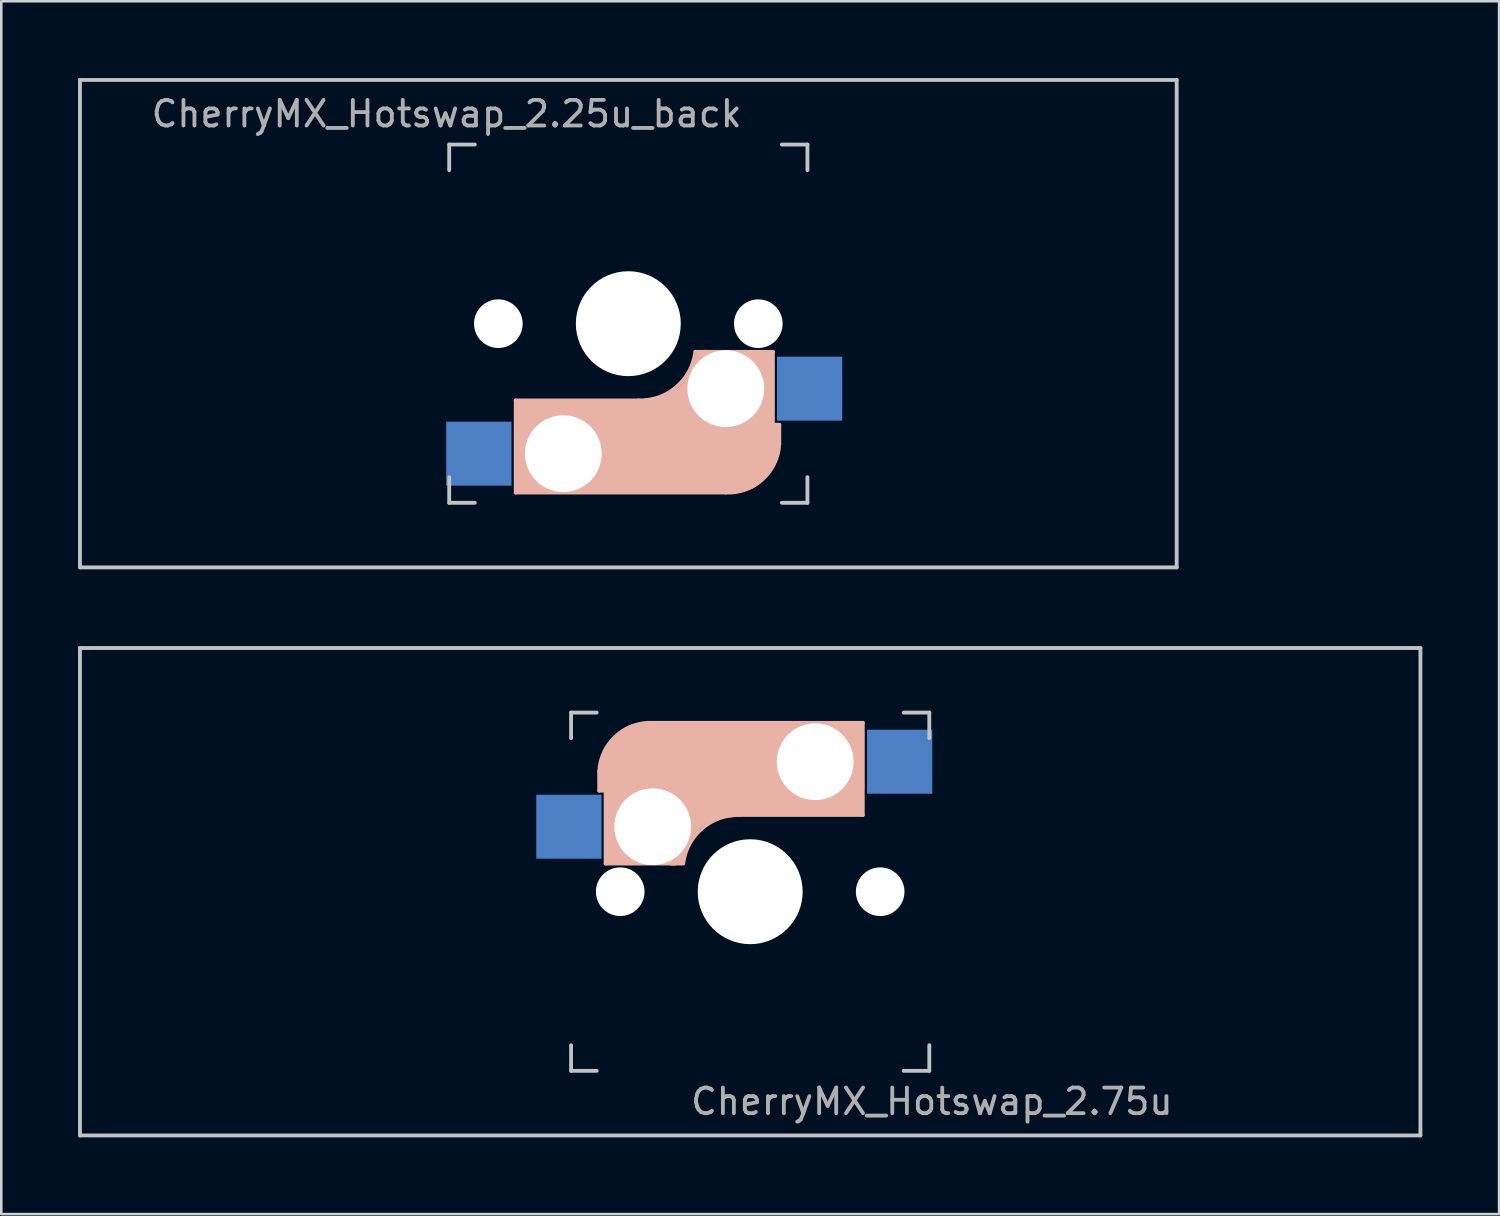
<source format=kicad_pcb>
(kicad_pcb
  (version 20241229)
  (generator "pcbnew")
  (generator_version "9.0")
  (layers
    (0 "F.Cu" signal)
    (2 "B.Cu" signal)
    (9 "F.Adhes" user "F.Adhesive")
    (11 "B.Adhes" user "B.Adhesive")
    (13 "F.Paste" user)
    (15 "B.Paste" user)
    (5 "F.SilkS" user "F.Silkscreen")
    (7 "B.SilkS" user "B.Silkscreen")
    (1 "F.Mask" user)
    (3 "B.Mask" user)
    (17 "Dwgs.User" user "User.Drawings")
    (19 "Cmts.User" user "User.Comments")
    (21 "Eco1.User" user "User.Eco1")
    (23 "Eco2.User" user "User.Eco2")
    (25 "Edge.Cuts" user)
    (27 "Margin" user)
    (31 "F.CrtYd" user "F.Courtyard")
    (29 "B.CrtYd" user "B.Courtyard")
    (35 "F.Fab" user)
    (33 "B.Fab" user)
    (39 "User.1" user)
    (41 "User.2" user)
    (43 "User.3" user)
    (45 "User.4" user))
  (footprint "CherryMX_Hotswap_2.25u_back"
    (layer "F.Cu")
    (at 21.506 9.6)
    (property "Reference" "CherryMX_Hotswap_2.25u_back" (at -7.1 -8.2 180) (layer "F.Fab") (effects (font (size 1 1) (thickness 0.15))))
    (attr through_hole)
    (fp_line (start -4.4 3) (end -4.4 6.6) (stroke (width 0.15) (type solid)) (layer "B.SilkS"))
    (fp_line (start -4.4 6.6) (end 3.8 6.6) (stroke (width 0.15) (type solid)) (layer "B.SilkS"))
    (fp_line (start -4.38 4) (end -4.38 6.25) (stroke (width 0.15) (type solid)) (layer "B.SilkS"))
    (fp_line (start -4.25 6.4) (end -3 6.4) (stroke (width 0.4) (type solid)) (layer "B.SilkS"))
    (fp_line (start -4.2 3.25) (end -2.9 3.3) (stroke (width 0.5) (type solid)) (layer "B.SilkS"))
    (fp_line (start -3.9 6) (end -3.9 3.5) (stroke (width 1) (type solid)) (layer "B.SilkS"))
    (fp_line (start -2.6 4.8) (end 4.1 4.8) (stroke (width 3.5) (type solid)) (layer "B.SilkS"))
    (fp_line (start 0.4 3) (end -4.4 3) (stroke (width 0.15) (type solid)) (layer "B.SilkS"))
    (fp_line (start 4.17 5.1) (end 4.17 2.86) (stroke (width 3) (type solid)) (layer "B.SilkS"))
    (fp_line (start 5.3 1.6) (end 5.3 3.4) (stroke (width 0.8) (type solid)) (layer "B.SilkS"))
    (fp_line (start 5.45 1.3) (end 3 1.3) (stroke (width 0.5) (type solid)) (layer "B.SilkS"))
    (fp_line (start 5.65 1.1) (end 2.62 1.1) (stroke (width 0.15) (type solid)) (layer "B.SilkS"))
    (fp_line (start 5.65 5.55) (end 5.65 1.1) (stroke (width 0.15) (type solid)) (layer "B.SilkS"))
    (fp_line (start 5.8 4.05) (end 5.8 4.7) (stroke (width 0.3) (type solid)) (layer "B.SilkS"))
    (fp_line (start 5.9 3.95) (end 5.7 3.95) (stroke (width 0.15) (type solid)) (layer "B.SilkS"))
    (fp_line (start 5.9 4.7) (end 5.9 3.95) (stroke (width 0.15) (type solid)) (layer "B.SilkS"))
    (fp_arc (start 2.616318 1.121471) (mid 1.868709 2.486118) (end 0.4 3) (stroke (width 0.15) (type solid)) (layer "B.SilkS"))
    (fp_arc (start 3.016318 1.521471) (mid 2.268709 2.886118) (end 0.8 3.4) (stroke (width 1) (type solid)) (layer "B.SilkS"))
    (fp_arc (start 5.9 4.699999) (mid 5.243504 6.084924) (end 3.800001 6.6) (stroke (width 0.15) (type solid)) (layer "B.SilkS"))
    (fp_line (start -21.431 -9.525) (end 21.431 -9.525) (stroke (width 0.15) (type solid)) (layer "Dwgs.User"))
    (fp_line (start -21.431 9.525) (end -21.431 -9.525) (stroke (width 0.15) (type solid)) (layer "Dwgs.User"))
    (fp_line (start -7 -7) (end -7 -6) (stroke (width 0.15) (type solid)) (layer "Dwgs.User"))
    (fp_line (start -7 7) (end -7 6) (stroke (width 0.15) (type solid)) (layer "Dwgs.User"))
    (fp_line (start -7 7) (end -6 7) (stroke (width 0.15) (type solid)) (layer "Dwgs.User"))
    (fp_line (start -6 -7) (end -7 -7) (stroke (width 0.15) (type solid)) (layer "Dwgs.User"))
    (fp_line (start 7 -7) (end 6 -7) (stroke (width 0.15) (type solid)) (layer "Dwgs.User"))
    (fp_line (start 7 -6) (end 7 -7) (stroke (width 0.15) (type solid)) (layer "Dwgs.User"))
    (fp_line (start 7 6) (end 7 7) (stroke (width 0.15) (type solid)) (layer "Dwgs.User"))
    (fp_line (start 7 7) (end 6 7) (stroke (width 0.15) (type solid)) (layer "Dwgs.User"))
    (fp_line (start 21.431 -9.525) (end 21.431 9.525) (stroke (width 0.15) (type solid)) (layer "Dwgs.User"))
    (fp_line (start 21.431 9.525) (end -21.431 9.525) (stroke (width 0.15) (type solid)) (layer "Dwgs.User"))
    (pad "" np_thru_hole circle (at -5.08 0 180) (size 1.9 1.9) (drill 1.9) (layers "*.Cu" "*.Mask"))
    (pad "" np_thru_hole circle (at -2.54 5.08 180) (size 3 3) (drill 3) (layers "*.Cu" "*.Mask"))
    (pad "" np_thru_hole circle (at 0 0 270) (size 4.1 4.1) (drill 4.1) (layers "*.Cu" "*.Mask"))
    (pad "" np_thru_hole circle (at 3.81 2.54 180) (size 3 3) (drill 3) (layers "*.Cu" "*.Mask"))
    (pad "" np_thru_hole circle (at 5.08 0 180) (size 1.9 1.9) (drill 1.9) (layers "*.Cu" "*.Mask"))
    (pad "1" smd rect (at 7.085 2.54) (size 2.55 2.5) (layers "B.Cu" "B.Mask" "B.Paste"))
    (pad "2" smd rect (at -5.842 5.08) (size 2.55 2.5) (layers "B.Cu" "B.Mask" "B.Paste")))
  (footprint "CherryMX_Hotswap_2.75u"
    (layer "F.Cu")
    (at 26.269 31.8)
    (property "Reference" "CherryMX_Hotswap_2.75u" (at 7.1 8.2 0) (layer "F.Fab") (effects (font (size 1 1) (thickness 0.15))))
    (attr through_hole)
    (fp_line (start -5.9 -4.7) (end -5.9 -3.95) (stroke (width 0.15) (type solid)) (layer "B.SilkS"))
    (fp_line (start -5.9 -3.95) (end -5.7 -3.95) (stroke (width 0.15) (type solid)) (layer "B.SilkS"))
    (fp_line (start -5.8 -4.05) (end -5.8 -4.7) (stroke (width 0.3) (type solid)) (layer "B.SilkS"))
    (fp_line (start -5.65 -5.55) (end -5.65 -1.1) (stroke (width 0.15) (type solid)) (layer "B.SilkS"))
    (fp_line (start -5.65 -1.1) (end -2.62 -1.1) (stroke (width 0.15) (type solid)) (layer "B.SilkS"))
    (fp_line (start -5.45 -1.3) (end -3 -1.3) (stroke (width 0.5) (type solid)) (layer "B.SilkS"))
    (fp_line (start -5.3 -1.6) (end -5.3 -3.4) (stroke (width 0.8) (type solid)) (layer "B.SilkS"))
    (fp_line (start -4.17 -5.1) (end -4.17 -2.86) (stroke (width 3) (type solid)) (layer "B.SilkS"))
    (fp_line (start -0.4 -3) (end 4.4 -3) (stroke (width 0.15) (type solid)) (layer "B.SilkS"))
    (fp_line (start 2.6 -4.8) (end -4.1 -4.8) (stroke (width 3.5) (type solid)) (layer "B.SilkS"))
    (fp_line (start 3.9 -6) (end 3.9 -3.5) (stroke (width 1) (type solid)) (layer "B.SilkS"))
    (fp_line (start 4.2 -3.25) (end 2.9 -3.3) (stroke (width 0.5) (type solid)) (layer "B.SilkS"))
    (fp_line (start 4.25 -6.4) (end 3 -6.4) (stroke (width 0.4) (type solid)) (layer "B.SilkS"))
    (fp_line (start 4.38 -4) (end 4.38 -6.25) (stroke (width 0.15) (type solid)) (layer "B.SilkS"))
    (fp_line (start 4.4 -6.6) (end -3.8 -6.6) (stroke (width 0.15) (type solid)) (layer "B.SilkS"))
    (fp_line (start 4.4 -3) (end 4.4 -6.6) (stroke (width 0.15) (type solid)) (layer "B.SilkS"))
    (fp_arc (start -5.9 -4.699999) (mid -5.243504 -6.084924) (end -3.800001 -6.6) (stroke (width 0.15) (type solid)) (layer "B.SilkS"))
    (fp_arc (start -3.016318 -1.521471) (mid -2.268709 -2.886118) (end -0.8 -3.4) (stroke (width 1) (type solid)) (layer "B.SilkS"))
    (fp_arc (start -2.616318 -1.121471) (mid -1.868709 -2.486118) (end -0.4 -3) (stroke (width 0.15) (type solid)) (layer "B.SilkS"))
    (fp_line (start -26.194 -9.525) (end 26.194 -9.525) (stroke (width 0.15) (type solid)) (layer "Dwgs.User"))
    (fp_line (start -26.194 9.525) (end -26.194 -9.525) (stroke (width 0.15) (type solid)) (layer "Dwgs.User"))
    (fp_line (start -7 -7) (end -6 -7) (stroke (width 0.15) (type solid)) (layer "Dwgs.User"))
    (fp_line (start -7 -6) (end -7 -7) (stroke (width 0.15) (type solid)) (layer "Dwgs.User"))
    (fp_line (start -7 6) (end -7 7) (stroke (width 0.15) (type solid)) (layer "Dwgs.User"))
    (fp_line (start -7 7) (end -6 7) (stroke (width 0.15) (type solid)) (layer "Dwgs.User"))
    (fp_line (start 6 7) (end 7 7) (stroke (width 0.15) (type solid)) (layer "Dwgs.User"))
    (fp_line (start 7 -7) (end 6 -7) (stroke (width 0.15) (type solid)) (layer "Dwgs.User"))
    (fp_line (start 7 -7) (end 7 -6) (stroke (width 0.15) (type solid)) (layer "Dwgs.User"))
    (fp_line (start 7 7) (end 7 6) (stroke (width 0.15) (type solid)) (layer "Dwgs.User"))
    (fp_line (start 26.194 -9.525) (end 26.194 9.525) (stroke (width 0.15) (type solid)) (layer "Dwgs.User"))
    (fp_line (start 26.194 9.525) (end -26.194 9.525) (stroke (width 0.15) (type solid)) (layer "Dwgs.User"))
    (pad "" np_thru_hole circle (at -5.08 0) (size 1.9 1.9) (drill 1.9) (layers "*.Cu" "*.Mask"))
    (pad "" np_thru_hole circle (at -3.81 -2.54) (size 3 3) (drill 3) (layers "*.Cu" "*.Mask"))
    (pad "" np_thru_hole circle (at 0 0 90) (size 4.1 4.1) (drill 4.1) (layers "*.Cu" "*.Mask"))
    (pad "" np_thru_hole circle (at 2.54 -5.08) (size 3 3) (drill 3) (layers "*.Cu" "*.Mask"))
    (pad "" np_thru_hole circle (at 5.08 0) (size 1.9 1.9) (drill 1.9) (layers "*.Cu" "*.Mask"))
    (pad "1" smd rect (at -7.085 -2.54 180) (size 2.55 2.5) (layers "B.Cu" "B.Mask" "B.Paste"))
    (pad "2" smd rect (at 5.842 -5.08 180) (size 2.55 2.5) (layers "B.Cu" "B.Mask" "B.Paste")))
  (gr_rect
    (start -3 -3)
    (end 55.538 44.4)
    (stroke (width 0.1) (type default))
    (fill no)
    (layer "Edge.Cuts")))
</source>
